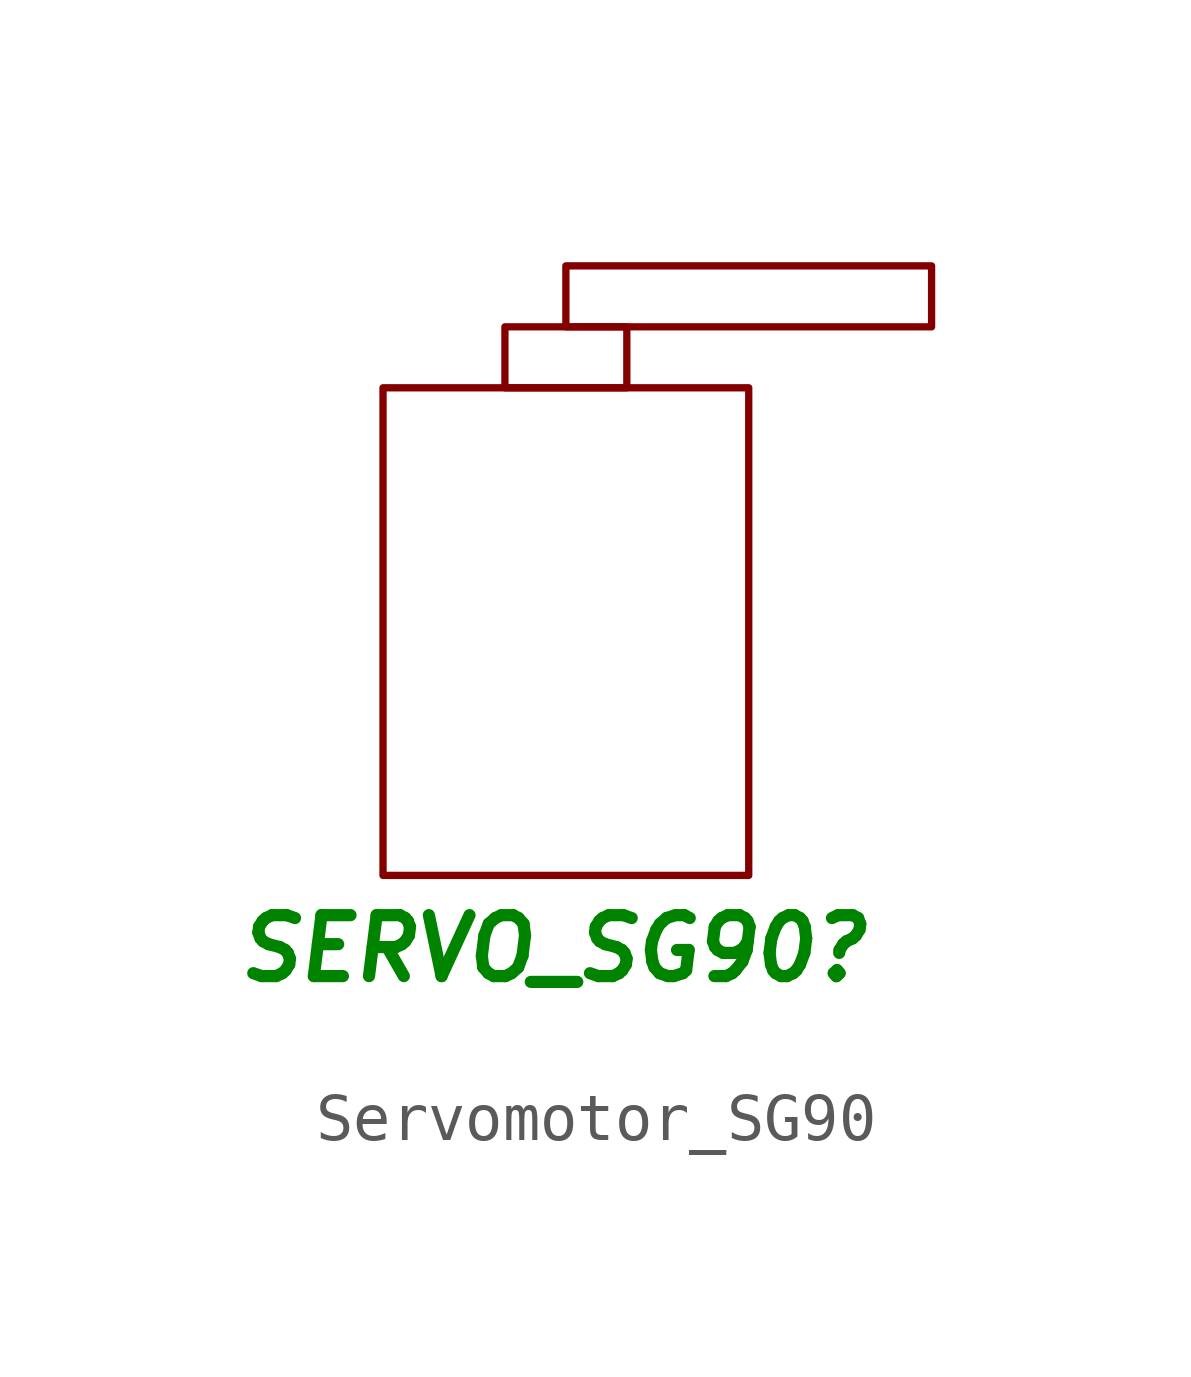
<source format=kicad_sym>
(kicad_symbol_lib
  (version 20231120)
  (generator "kicad_symbol_editor")
  (generator_version "8.0")
  (symbol "Servomotor_SG90"
    (property "Reference" "SERVO_SG90"
      (at -0.254 -5.334 0)
      (effects (font (size 1.27 1.27) (bold yes) (italic yes) (color 0 132 0 1))))
    (property "Value" ""
      (at 0 0 0)
      (effects (font (size 1.27 1.27))))
    (symbol "Servomotor_SG90_0_1"
      (rectangle (start -3.81 -3.81) (end 3.81 6.35) (stroke (width 0) (type default)) (fill (type none)))
      (polyline (pts (xy 0 7.62) (xy 7.62 7.62) (xy 7.62 8.89) (xy 0 8.89) (xy 0 7.62)) (stroke (width 0) (type default)) (fill (type none)))
      (polyline (pts (xy 0 7.62) (xy -1.27 7.62) (xy -1.27 6.35) (xy 1.27 6.35) (xy 1.27 7.62) (xy 0 7.62)) (stroke (width 0) (type default)) (fill (type none))))))
</source>
